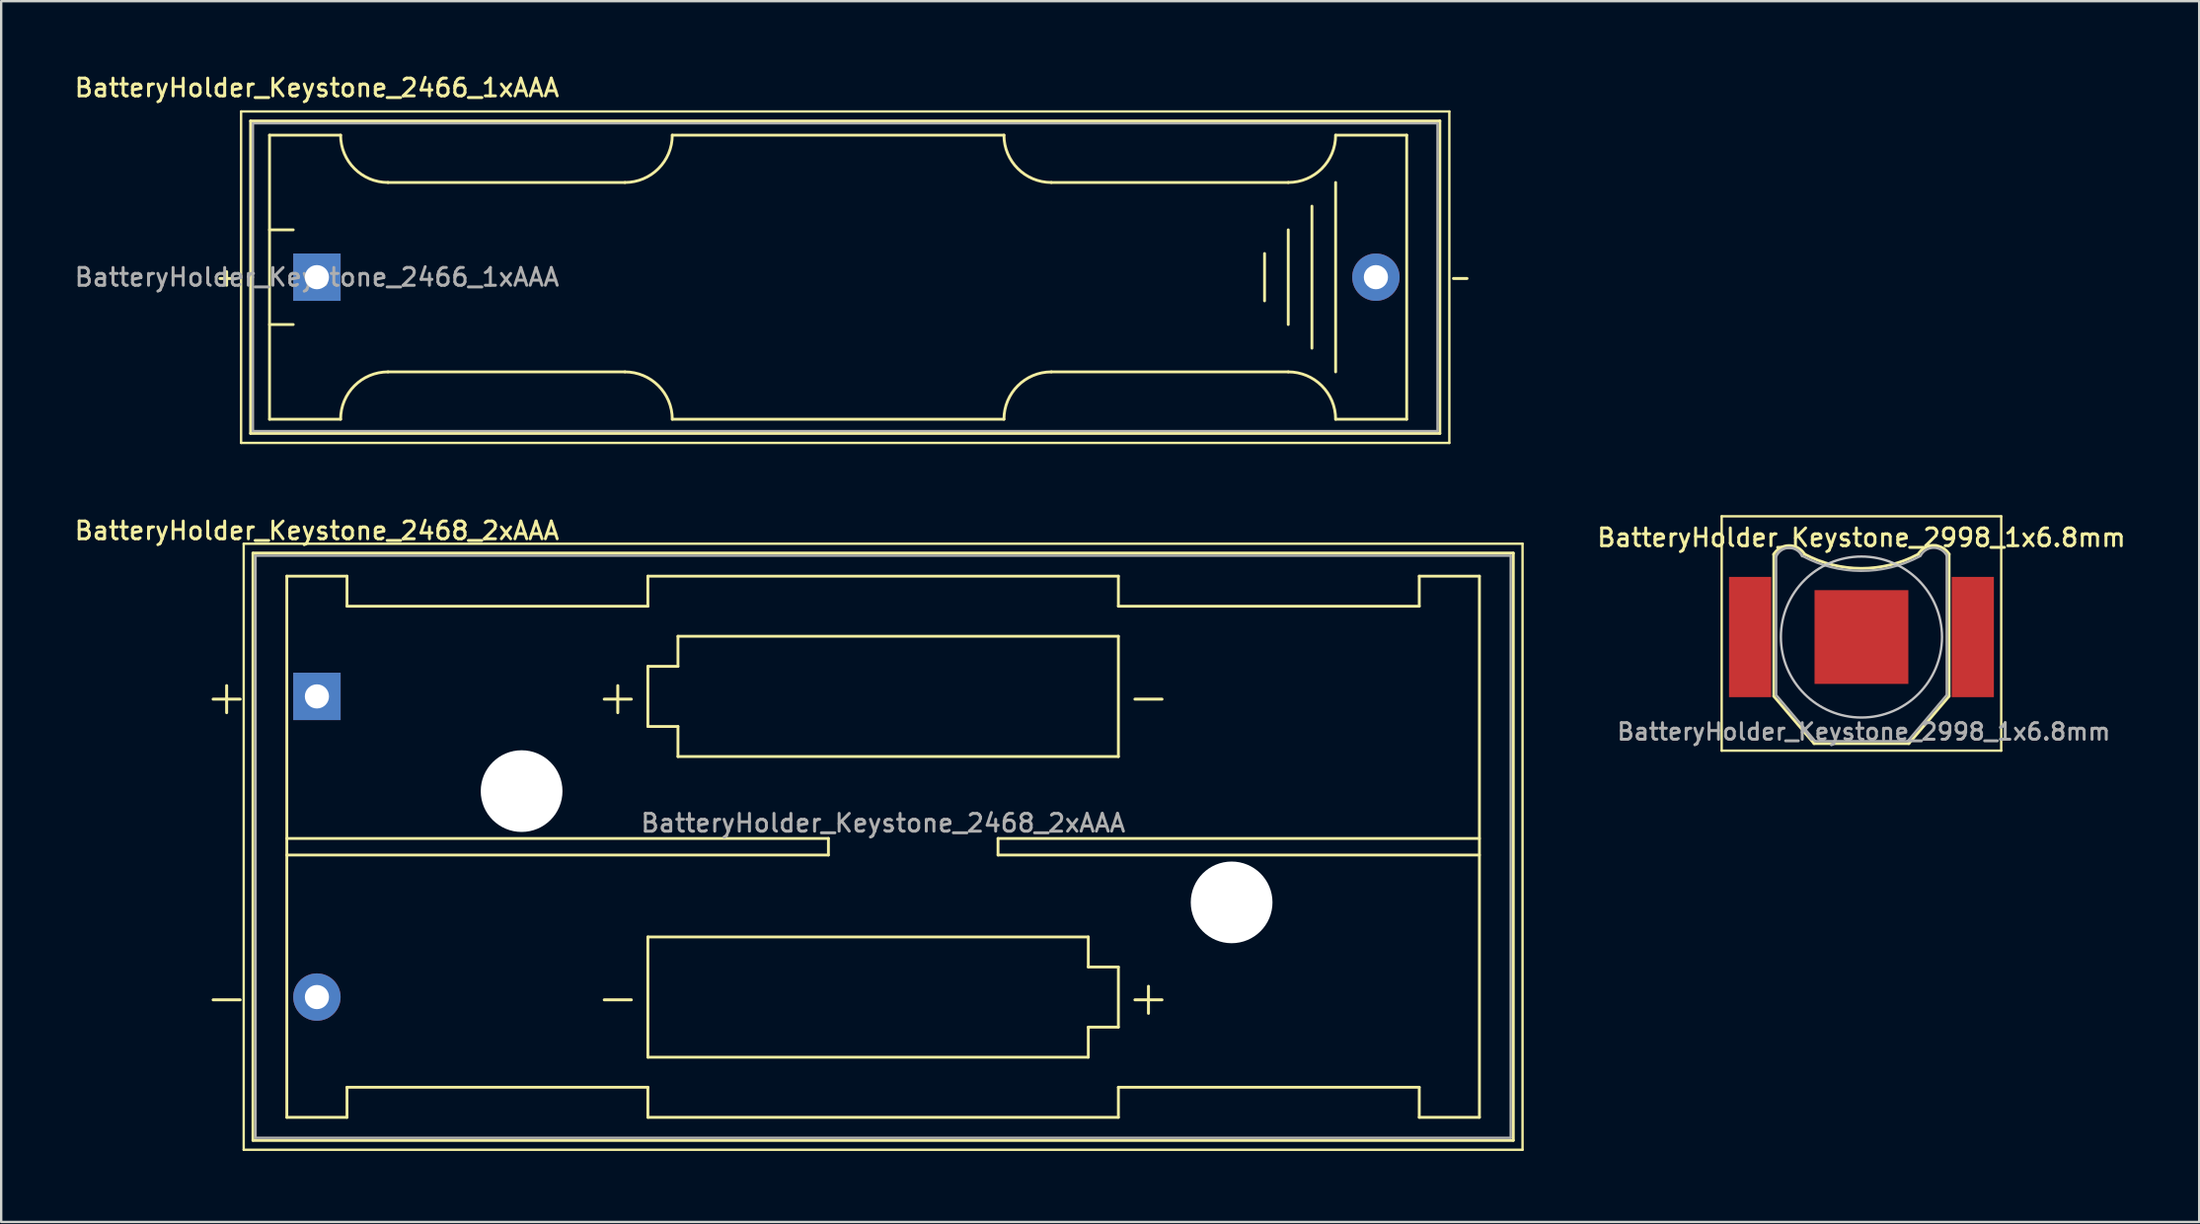
<source format=kicad_pcb>
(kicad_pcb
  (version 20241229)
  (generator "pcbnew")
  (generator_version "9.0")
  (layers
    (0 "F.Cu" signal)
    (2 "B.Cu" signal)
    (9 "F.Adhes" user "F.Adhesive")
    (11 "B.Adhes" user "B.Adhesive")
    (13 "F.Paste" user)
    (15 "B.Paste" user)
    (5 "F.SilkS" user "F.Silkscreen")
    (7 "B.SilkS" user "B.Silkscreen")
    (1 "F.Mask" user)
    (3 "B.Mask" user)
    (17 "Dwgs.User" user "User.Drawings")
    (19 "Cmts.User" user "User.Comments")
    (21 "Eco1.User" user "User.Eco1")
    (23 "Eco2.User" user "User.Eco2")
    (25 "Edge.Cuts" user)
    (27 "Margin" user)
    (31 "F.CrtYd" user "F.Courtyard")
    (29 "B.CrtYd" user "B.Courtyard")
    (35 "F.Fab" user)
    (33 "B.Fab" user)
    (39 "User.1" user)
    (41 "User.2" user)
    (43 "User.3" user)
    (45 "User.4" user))
  (footprint "BatteryHolder_Keystone_2468_2xAAA"
    (layer "F.Cu")
    (at 10.327 26.366)
    (property "Reference" "BatteryHolder_Keystone_2468_2xAAA" (at 0 -7 0) (layer "F.SilkS") (effects (font (size 0.75 0.75) (thickness 0.125))))
    (attr through_hole)
    (fp_line (start -3.09 -6.45) (end -3.09 19.15) (stroke (width 0.1) (type solid)) (layer "F.SilkS"))
    (fp_line (start -3.09 19.15) (end 50.89 19.15) (stroke (width 0.1) (type solid)) (layer "F.SilkS"))
    (fp_line (start -2.7 -6.05) (end -2.7 18.75) (stroke (width 0.12) (type solid)) (layer "F.SilkS"))
    (fp_line (start -2.7 18.755) (end 50.5 18.755) (stroke (width 0.12) (type solid)) (layer "F.SilkS"))
    (fp_line (start -1.27 -5.08) (end -1.27 17.78) (stroke (width 0.12) (type solid)) (layer "F.SilkS"))
    (fp_line (start -1.27 6) (end 21.59 6) (stroke (width 0.12) (type solid)) (layer "F.SilkS"))
    (fp_line (start -1.27 17.78) (end 1.27 17.78) (stroke (width 0.12) (type solid)) (layer "F.SilkS"))
    (fp_line (start 1.27 -5.08) (end -1.27 -5.08) (stroke (width 0.12) (type solid)) (layer "F.SilkS"))
    (fp_line (start 1.27 -3.81) (end 1.27 -5.08) (stroke (width 0.12) (type solid)) (layer "F.SilkS"))
    (fp_line (start 1.27 -3.81) (end 13.97 -3.81) (stroke (width 0.12) (type solid)) (layer "F.SilkS"))
    (fp_line (start 1.27 16.51) (end 13.97 16.51) (stroke (width 0.12) (type solid)) (layer "F.SilkS"))
    (fp_line (start 1.27 17.78) (end 1.27 16.51) (stroke (width 0.12) (type solid)) (layer "F.SilkS"))
    (fp_line (start 13.97 -5.08) (end 13.97 -3.81) (stroke (width 0.12) (type solid)) (layer "F.SilkS"))
    (fp_line (start 13.97 -1.27) (end 15.24 -1.27) (stroke (width 0.12) (type solid)) (layer "F.SilkS"))
    (fp_line (start 13.97 1.27) (end 13.97 -1.27) (stroke (width 0.12) (type solid)) (layer "F.SilkS"))
    (fp_line (start 13.97 10.16) (end 32.56 10.16) (stroke (width 0.12) (type solid)) (layer "F.SilkS"))
    (fp_line (start 13.97 15.24) (end 13.97 10.16) (stroke (width 0.12) (type solid)) (layer "F.SilkS"))
    (fp_line (start 13.97 16.51) (end 13.97 17.78) (stroke (width 0.12) (type solid)) (layer "F.SilkS"))
    (fp_line (start 13.97 17.78) (end 33.83 17.78) (stroke (width 0.12) (type solid)) (layer "F.SilkS"))
    (fp_line (start 15.24 -2.54) (end 33.83 -2.54) (stroke (width 0.12) (type solid)) (layer "F.SilkS"))
    (fp_line (start 15.24 -1.27) (end 15.24 -2.54) (stroke (width 0.12) (type solid)) (layer "F.SilkS"))
    (fp_line (start 15.24 1.27) (end 13.97 1.27) (stroke (width 0.12) (type solid)) (layer "F.SilkS"))
    (fp_line (start 15.24 2.54) (end 15.24 1.27) (stroke (width 0.12) (type solid)) (layer "F.SilkS"))
    (fp_line (start 21.59 6) (end 21.59 6.7) (stroke (width 0.12) (type solid)) (layer "F.SilkS"))
    (fp_line (start 21.59 6.7) (end -1.27 6.7) (stroke (width 0.12) (type solid)) (layer "F.SilkS"))
    (fp_line (start 28.75 6) (end 28.75 6.7) (stroke (width 0.12) (type solid)) (layer "F.SilkS"))
    (fp_line (start 28.75 6.7) (end 49.07 6.7) (stroke (width 0.12) (type solid)) (layer "F.SilkS"))
    (fp_line (start 32.56 10.16) (end 32.56 11.43) (stroke (width 0.12) (type solid)) (layer "F.SilkS"))
    (fp_line (start 32.56 11.43) (end 33.83 11.43) (stroke (width 0.12) (type solid)) (layer "F.SilkS"))
    (fp_line (start 32.56 13.97) (end 32.56 15.24) (stroke (width 0.12) (type solid)) (layer "F.SilkS"))
    (fp_line (start 32.56 15.24) (end 13.97 15.24) (stroke (width 0.12) (type solid)) (layer "F.SilkS"))
    (fp_line (start 33.83 -5.08) (end 13.97 -5.08) (stroke (width 0.12) (type solid)) (layer "F.SilkS"))
    (fp_line (start 33.83 -3.81) (end 33.83 -5.08) (stroke (width 0.12) (type solid)) (layer "F.SilkS"))
    (fp_line (start 33.83 -2.54) (end 33.83 2.54) (stroke (width 0.12) (type solid)) (layer "F.SilkS"))
    (fp_line (start 33.83 2.54) (end 15.24 2.54) (stroke (width 0.12) (type solid)) (layer "F.SilkS"))
    (fp_line (start 33.83 11.43) (end 33.83 13.97) (stroke (width 0.12) (type solid)) (layer "F.SilkS"))
    (fp_line (start 33.83 13.97) (end 32.56 13.97) (stroke (width 0.12) (type solid)) (layer "F.SilkS"))
    (fp_line (start 33.83 17.78) (end 33.83 16.51) (stroke (width 0.12) (type solid)) (layer "F.SilkS"))
    (fp_line (start 46.53 -5.08) (end 46.53 -3.81) (stroke (width 0.12) (type solid)) (layer "F.SilkS"))
    (fp_line (start 46.53 -3.81) (end 33.83 -3.81) (stroke (width 0.12) (type solid)) (layer "F.SilkS"))
    (fp_line (start 46.53 16.51) (end 33.83 16.51) (stroke (width 0.12) (type solid)) (layer "F.SilkS"))
    (fp_line (start 46.53 17.78) (end 46.53 16.51) (stroke (width 0.12) (type solid)) (layer "F.SilkS"))
    (fp_line (start 49.07 -5.08) (end 46.53 -5.08) (stroke (width 0.12) (type solid)) (layer "F.SilkS"))
    (fp_line (start 49.07 -5.08) (end 49.07 17.78) (stroke (width 0.12) (type solid)) (layer "F.SilkS"))
    (fp_line (start 49.07 6) (end 28.75 6) (stroke (width 0.12) (type solid)) (layer "F.SilkS"))
    (fp_line (start 49.07 17.78) (end 46.53 17.78) (stroke (width 0.12) (type solid)) (layer "F.SilkS"))
    (fp_line (start 50.5 -6.055) (end -2.7 -6.055) (stroke (width 0.12) (type solid)) (layer "F.SilkS"))
    (fp_line (start 50.5 18.75) (end 50.5 -6.05) (stroke (width 0.12) (type solid)) (layer "F.SilkS"))
    (fp_line (start 50.89 -6.45) (end -3.09 -6.45) (stroke (width 0.1) (type solid)) (layer "F.SilkS"))
    (fp_line (start 50.89 19.15) (end 50.89 -6.45) (stroke (width 0.1) (type solid)) (layer "F.SilkS"))
    (fp_line (start -2.59 -5.945) (end 50.39 -5.945) (stroke (width 0.1) (type solid)) (layer "F.Fab"))
    (fp_line (start -2.59 18.645) (end -2.59 -5.945) (stroke (width 0.1) (type solid)) (layer "F.Fab"))
    (fp_line (start -2.59 18.645) (end 50.39 18.645) (stroke (width 0.1) (type solid)) (layer "F.Fab"))
    (fp_line (start 50.39 18.645) (end 50.39 -5.945) (stroke (width 0.1) (type solid)) (layer "F.Fab"))
    (fp_text user "-" (at 12.7 12.7 0) (layer "F.SilkS") (effects (font (size 1.5 1.5) (thickness 0.125))))
    (fp_text user "-" (at -3.81 12.7 0) (layer "F.SilkS") (effects (font (size 1.5 1.5) (thickness 0.125))))
    (fp_text user "+" (at 12.7 0 0) (layer "F.SilkS") (effects (font (size 1.5 1.5) (thickness 0.125))))
    (fp_text user "+" (at 35.1 12.7 0) (layer "F.SilkS") (effects (font (size 1.5 1.5) (thickness 0.125))))
    (fp_text user "-" (at 35.1 0 0) (layer "F.SilkS") (effects (font (size 1.5 1.5) (thickness 0.125))))
    (fp_text user "+" (at -3.81 0 0) (layer "F.SilkS") (effects (font (size 1.5 1.5) (thickness 0.125))))
    (fp_text user "${REFERENCE}" (at 23.9 5.35 0) (layer "F.Fab") (effects (font (size 0.75 0.75) (thickness 0.125))))
    (pad "" np_thru_hole circle (at 8.64 4) (size 3.45 3.45) (drill 3.45) (layers "*.Cu"))
    (pad "" np_thru_hole circle (at 38.61 8.7) (size 3.45 3.45) (drill 3.45) (layers "*.Cu" "*.Mask"))
    (pad "1" thru_hole rect (at 0 0) (size 2 2) (drill 1.02) (layers "*.Cu" "*.Mask"))
    (pad "2" thru_hole circle (at 0 12.7) (size 2 2) (drill 1.02) (layers "*.Cu" "*.Mask")))
  (footprint "BatteryHolder_Keystone_2998_1x6.8mm"
    (layer "F.Cu")
    (at 75.522 23.858)
    (property "Reference" "BatteryHolder_Keystone_2998_1x6.8mm" (at 0 -4.2 0) (layer "F.SilkS") (effects (font (size 0.75 0.75) (thickness 0.125))))
    (attr smd)
    (fp_line (start -5.9 -5.1) (end -5.9 4.8) (stroke (width 0.1) (type solid)) (layer "F.SilkS"))
    (fp_line (start -5.9 4.8) (end 5.9 4.8) (stroke (width 0.1) (type solid)) (layer "F.SilkS"))
    (fp_line (start -3.7 -3.5) (end -3.7 2.5) (stroke (width 0.12) (type solid)) (layer "F.SilkS"))
    (fp_line (start -2 4.5) (end -3.7 2.5) (stroke (width 0.12) (type solid)) (layer "F.SilkS"))
    (fp_line (start -2 4.5) (end 2 4.5) (stroke (width 0.12) (type solid)) (layer "F.SilkS"))
    (fp_line (start 2 4.5) (end 3.7 2.5) (stroke (width 0.12) (type solid)) (layer "F.SilkS"))
    (fp_line (start 3.7 -3.5) (end 3.7 2.5) (stroke (width 0.12) (type solid)) (layer "F.SilkS"))
    (fp_line (start 5.9 -5.1) (end -5.9 -5.1) (stroke (width 0.1) (type solid)) (layer "F.SilkS"))
    (fp_line (start 5.9 4.8) (end 5.9 -5.1) (stroke (width 0.1) (type solid)) (layer "F.SilkS"))
    (fp_arc (start -3.705648 -3.490673) (mid -3.055452 -3.863197) (end -2.4 -3.5) (stroke (width 0.12) (type solid)) (layer "F.SilkS"))
    (fp_arc (start 2.391383 -3.495415) (mid -0.00488 -2.900002) (end -2.4 -3.5) (stroke (width 0.12) (type solid)) (layer "F.SilkS"))
    (fp_arc (start 2.392627 -3.493972) (mid 3.046477 -3.866382) (end 3.703723 -3.5) (stroke (width 0.12) (type solid)) (layer "F.SilkS"))
    (fp_circle (center 0 0) (end 3.4 0) (stroke (width 0.1) (type solid)) (fill no) (layer "Dwgs.User"))
    (fp_line (start -3.6 -3.4) (end -3.6 2.4) (stroke (width 0.1) (type solid)) (layer "F.Fab"))
    (fp_line (start -3.6 2.45) (end -1.95 4.4) (stroke (width 0.1) (type solid)) (layer "F.Fab"))
    (fp_line (start -1.95 4.4) (end 1.95 4.4) (stroke (width 0.1) (type solid)) (layer "F.Fab"))
    (fp_line (start 1.95 4.4) (end 3.6 2.45) (stroke (width 0.1) (type solid)) (layer "F.Fab"))
    (fp_line (start 3.6 2.45) (end 3.6 -3.5) (stroke (width 0.1) (type solid)) (layer "F.Fab"))
    (fp_arc (start -3.607938 -3.401745) (mid -3.059953 -3.774071) (end -2.5 -3.42) (stroke (width 0.12) (type solid)) (layer "F.Fab"))
    (fp_arc (start 2.464098 -3.410669) (mid -0.020388 -2.794584) (end -2.5 -3.43) (stroke (width 0.1) (type solid)) (layer "F.Fab"))
    (fp_arc (start 2.4959 -3.432087) (mid 3.045544 -3.771756) (end 3.6 -3.44) (stroke (width 0.1) (type solid)) (layer "F.Fab"))
    (fp_text user "${REFERENCE}" (at 0.1 4 0) (layer "F.Fab") (effects (font (size 0.7 0.7) (thickness 0.125))))
    (pad "1" smd rect (at -4.7 0) (size 1.78 5.08) (layers "F.Cu" "F.Mask" "F.Paste"))
    (pad "1" smd rect (at 4.7 0) (size 1.78 5.08) (layers "F.Cu" "F.Mask" "F.Paste"))
    (pad "2" smd rect (at 0 0) (size 3.96 3.96) (layers "F.Cu" "F.Mask" "F.Paste")))
  (footprint "BatteryHolder_Keystone_2466_1xAAA"
    (layer "F.Cu")
    (at 10.327 8.658)
    (property "Reference" "BatteryHolder_Keystone_2466_1xAAA" (at 0 -8 180) (layer "F.SilkS") (effects (font (size 0.75 0.75) (thickness 0.125))))
    (attr through_hole)
    (fp_line (start -3.2 -7) (end -3.2 7) (stroke (width 0.1) (type solid)) (layer "F.SilkS"))
    (fp_line (start -3.2 7) (end 47.8 7) (stroke (width 0.1) (type solid)) (layer "F.SilkS"))
    (fp_line (start -2.8 -6.6) (end -2.8 6.6) (stroke (width 0.12) (type solid)) (layer "F.SilkS"))
    (fp_line (start -2.8 6.6) (end 47.4 6.6) (stroke (width 0.12) (type solid)) (layer "F.SilkS"))
    (fp_line (start -2 -6) (end -2 6) (stroke (width 0.12) (type solid)) (layer "F.SilkS"))
    (fp_line (start -2 -6) (end 1 -6) (stroke (width 0.12) (type solid)) (layer "F.SilkS"))
    (fp_line (start -2 -2) (end -1 -2) (stroke (width 0.12) (type solid)) (layer "F.SilkS"))
    (fp_line (start -2 6) (end 1 6) (stroke (width 0.12) (type solid)) (layer "F.SilkS"))
    (fp_line (start -1 2) (end -2 2) (stroke (width 0.12) (type solid)) (layer "F.SilkS"))
    (fp_line (start 3 -4) (end 13 -4) (stroke (width 0.12) (type solid)) (layer "F.SilkS"))
    (fp_line (start 3 4) (end 13 4) (stroke (width 0.12) (type solid)) (layer "F.SilkS"))
    (fp_line (start 15 6) (end 29 6) (stroke (width 0.12) (type solid)) (layer "F.SilkS"))
    (fp_line (start 29 -6) (end 15 -6) (stroke (width 0.12) (type solid)) (layer "F.SilkS"))
    (fp_line (start 40 -1) (end 40 1) (stroke (width 0.12) (type solid)) (layer "F.SilkS"))
    (fp_line (start 41 -4) (end 31 -4) (stroke (width 0.12) (type solid)) (layer "F.SilkS"))
    (fp_line (start 41 -2) (end 41 2) (stroke (width 0.12) (type solid)) (layer "F.SilkS"))
    (fp_line (start 41 4) (end 31 4) (stroke (width 0.12) (type solid)) (layer "F.SilkS"))
    (fp_line (start 42 3) (end 42 -3) (stroke (width 0.12) (type solid)) (layer "F.SilkS"))
    (fp_line (start 43 -4) (end 43 4) (stroke (width 0.12) (type solid)) (layer "F.SilkS"))
    (fp_line (start 46 -6) (end 43 -6) (stroke (width 0.12) (type solid)) (layer "F.SilkS"))
    (fp_line (start 46 -6) (end 46 6) (stroke (width 0.12) (type solid)) (layer "F.SilkS"))
    (fp_line (start 46 6) (end 43 6) (stroke (width 0.12) (type solid)) (layer "F.SilkS"))
    (fp_line (start 47.4 -6.6) (end -2.8 -6.6) (stroke (width 0.12) (type solid)) (layer "F.SilkS"))
    (fp_line (start 47.4 6.6) (end 47.4 -6.6) (stroke (width 0.12) (type solid)) (layer "F.SilkS"))
    (fp_line (start 47.8 -7) (end -3.2 -7) (stroke (width 0.1) (type solid)) (layer "F.SilkS"))
    (fp_line (start 47.8 7) (end 47.8 -7) (stroke (width 0.1) (type solid)) (layer "F.SilkS"))
    (fp_arc (start 1 6) (mid 1.585786 4.585786) (end 3 4) (stroke (width 0.12) (type solid)) (layer "F.SilkS"))
    (fp_arc (start 3 -4) (mid 1.585786 -4.585786) (end 1 -6) (stroke (width 0.12) (type solid)) (layer "F.SilkS"))
    (fp_arc (start 13 4) (mid 14.414214 4.585786) (end 15 6) (stroke (width 0.12) (type solid)) (layer "F.SilkS"))
    (fp_arc (start 15 -6) (mid 14.414214 -4.585786) (end 13 -4) (stroke (width 0.12) (type solid)) (layer "F.SilkS"))
    (fp_arc (start 29 6) (mid 29.585786 4.585786) (end 31 4) (stroke (width 0.12) (type solid)) (layer "F.SilkS"))
    (fp_arc (start 31 -4) (mid 29.585786 -4.585786) (end 29 -6) (stroke (width 0.12) (type solid)) (layer "F.SilkS"))
    (fp_arc (start 41 4) (mid 42.414214 4.585786) (end 43 6) (stroke (width 0.12) (type solid)) (layer "F.SilkS"))
    (fp_arc (start 43 -6) (mid 42.414214 -4.585786) (end 41 -4) (stroke (width 0.12) (type solid)) (layer "F.SilkS"))
    (fp_line (start -2.7 -6.5) (end 47.3 -6.5) (stroke (width 0.1) (type solid)) (layer "F.Fab"))
    (fp_line (start -2.7 0) (end -2.7 -6.5) (stroke (width 0.1) (type solid)) (layer "F.Fab"))
    (fp_line (start -2.7 6.5) (end -2.7 0) (stroke (width 0.1) (type solid)) (layer "F.Fab"))
    (fp_line (start 47.3 -6.5) (end 47.3 6.5) (stroke (width 0.1) (type solid)) (layer "F.Fab"))
    (fp_line (start 47.3 6.5) (end -2.7 6.5) (stroke (width 0.1) (type solid)) (layer "F.Fab"))
    (fp_text user "-" (at 48.26 0 0) (layer "F.SilkS") (effects (font (size 0.75 0.75) (thickness 0.125))))
    (fp_text user "+" (at -3.81 0 0) (layer "F.SilkS") (effects (font (size 0.75 0.75) (thickness 0.125))))
    (fp_text user "${REFERENCE}" (at 0 0 0) (layer "F.Fab") (effects (font (size 0.75 0.75) (thickness 0.125))))
    (pad "1" thru_hole rect (at 0 0) (size 2 2) (drill 1.02) (layers "*.Cu" "*.Mask"))
    (pad "2" thru_hole circle (at 44.7 0) (size 2 2) (drill 1.02) (layers "*.Cu" "*.Mask")))
  (gr_rect
    (start -3 -3)
    (end 89.778 48.566)
    (stroke (width 0.1) (type default))
    (fill no)
    (layer "Edge.Cuts")))
</source>
